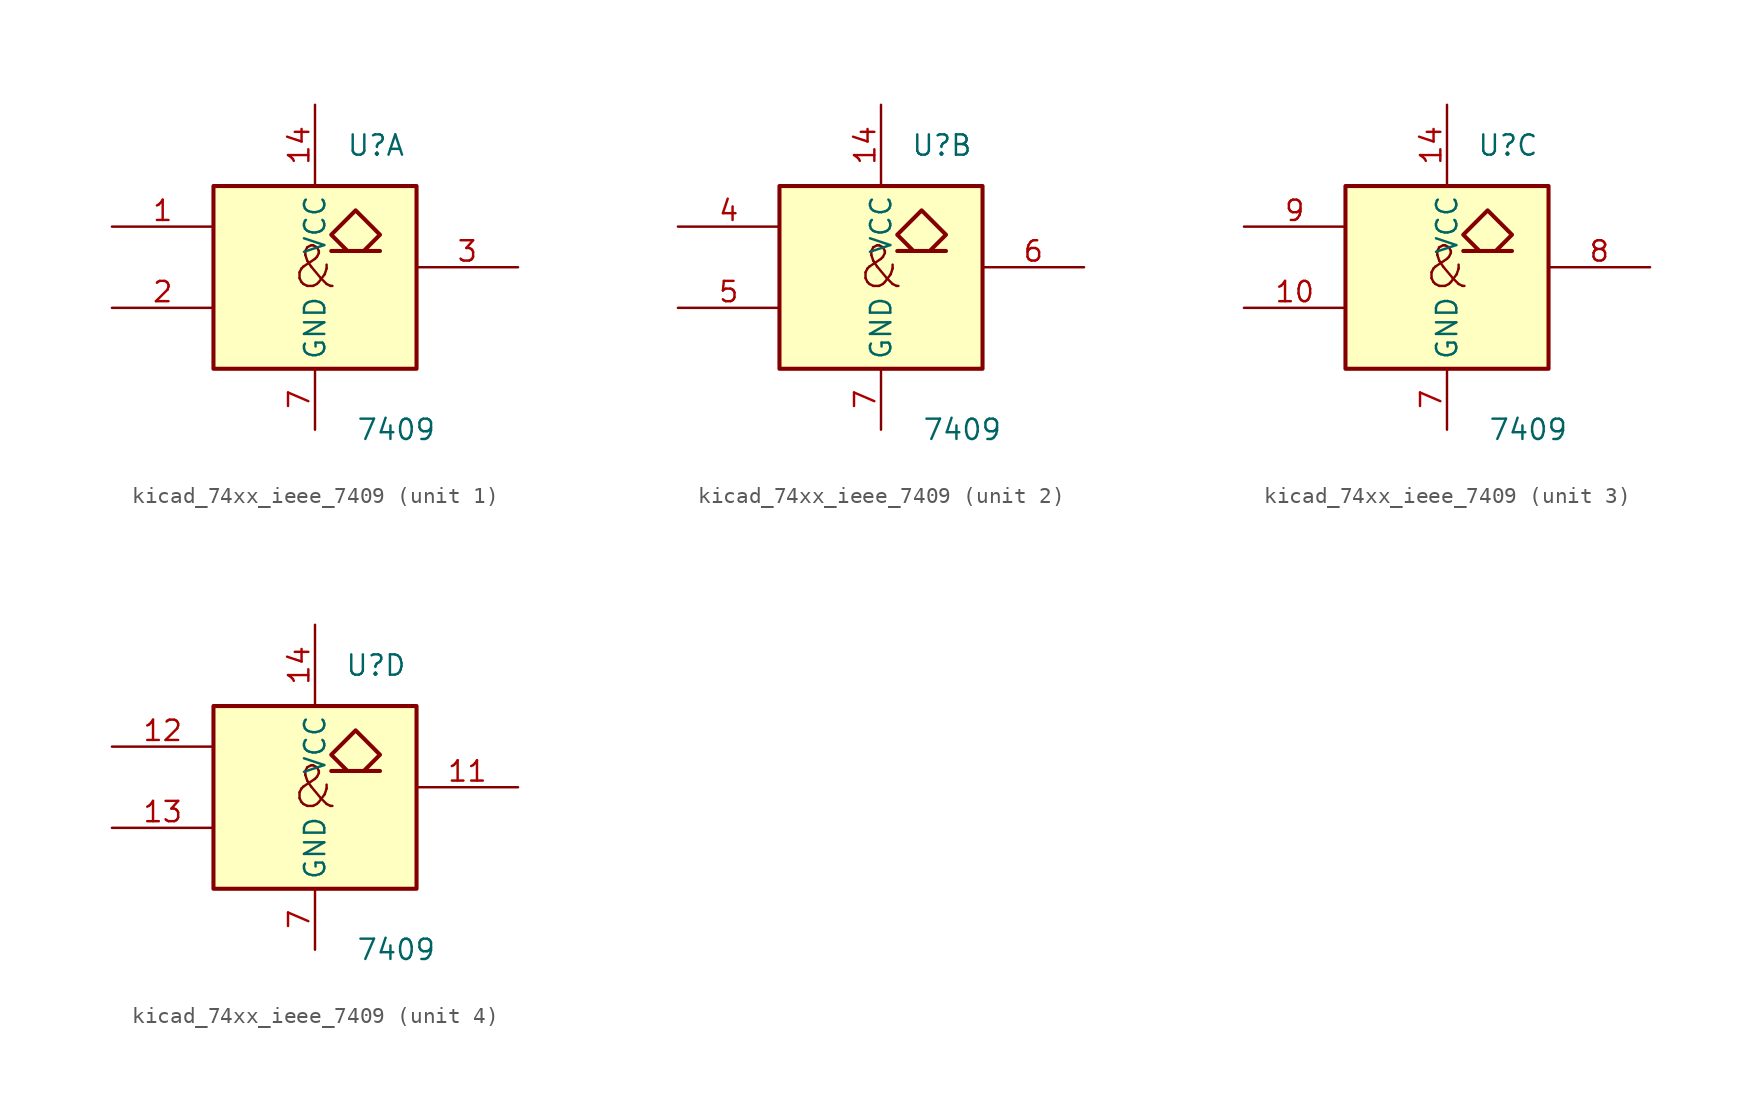
<source format=kicad_sym>
(kicad_symbol_lib
  (version 20220914)
  (generator kicad_symbol_editor)
  (symbol "kicad_74xx_ieee_7409"
    (property "Reference" "U"
      (at 3.81 7.62 0)
      (effects (font (size 1.27 1.27))))
    (property "Value" "7409"
      (at 5.08 -10.16 0)
      (effects (font (size 1.27 1.27))))
    (symbol "kicad_74xx_ieee_7409_0_1"
      (rectangle (start -6.35 5.08) (end 6.35 -6.35) (stroke (width 0.254) (type default)) (fill (type background)))
      (polyline (pts (xy 1.016 2.032) (xy 2.032 1.016) (xy 1.016 2.032) (xy 2.54 3.556) (xy 4.064 2.032) (xy 3.048 1.016) (xy 4.064 1.016) (xy 1.016 1.016) (xy 1.016 1.016)) (stroke (width 0.254) (type default)) (fill (type background)))
      (text "&" (at 0 0 0) (effects (font (size 2.54 2.54))))
      (pin power_in line (at 0 10.16 270) (length 5.08) (name "VCC" (effects (font (size 1.27 1.27)))) (number "14" (effects (font (size 1.27 1.27)))))
      (pin power_in line (at 0 -10.16 90) (length 3.81) (name "GND" (effects (font (size 1.27 1.27)))) (number "7" (effects (font (size 1.27 1.27))))))
    (symbol "kicad_74xx_ieee_7409_1_1"
      (pin input line (at -12.7 2.54 0) (length 6.35) (name "~" (effects (font (size 1.27 1.27)))) (number "1" (effects (font (size 1.27 1.27)))))
      (pin input line (at -12.7 -2.54 0) (length 6.35) (name "~" (effects (font (size 1.27 1.27)))) (number "2" (effects (font (size 1.27 1.27)))))
      (pin open_collector line (at 12.7 0 180) (length 6.35) (name "~" (effects (font (size 1.27 1.27)))) (number "3" (effects (font (size 1.27 1.27))))))
    (symbol "kicad_74xx_ieee_7409_2_1"
      (pin input line (at -12.7 2.54 0) (length 6.35) (name "~" (effects (font (size 1.27 1.27)))) (number "4" (effects (font (size 1.27 1.27)))))
      (pin input line (at -12.7 -2.54 0) (length 6.35) (name "~" (effects (font (size 1.27 1.27)))) (number "5" (effects (font (size 1.27 1.27)))))
      (pin open_collector line (at 12.7 0 180) (length 6.35) (name "~" (effects (font (size 1.27 1.27)))) (number "6" (effects (font (size 1.27 1.27))))))
    (symbol "kicad_74xx_ieee_7409_3_1"
      (pin input line (at -12.7 -2.54 0) (length 6.35) (name "~" (effects (font (size 1.27 1.27)))) (number "10" (effects (font (size 1.27 1.27)))))
      (pin open_collector line (at 12.7 0 180) (length 6.35) (name "~" (effects (font (size 1.27 1.27)))) (number "8" (effects (font (size 1.27 1.27)))))
      (pin input line (at -12.7 2.54 0) (length 6.35) (name "~" (effects (font (size 1.27 1.27)))) (number "9" (effects (font (size 1.27 1.27))))))
    (symbol "kicad_74xx_ieee_7409_4_1"
      (pin open_collector line (at 12.7 0 180) (length 6.35) (name "~" (effects (font (size 1.27 1.27)))) (number "11" (effects (font (size 1.27 1.27)))))
      (pin input line (at -12.7 2.54 0) (length 6.35) (name "~" (effects (font (size 1.27 1.27)))) (number "12" (effects (font (size 1.27 1.27)))))
      (pin input line (at -12.7 -2.54 0) (length 6.35) (name "~" (effects (font (size 1.27 1.27)))) (number "13" (effects (font (size 1.27 1.27))))))))
</source>
